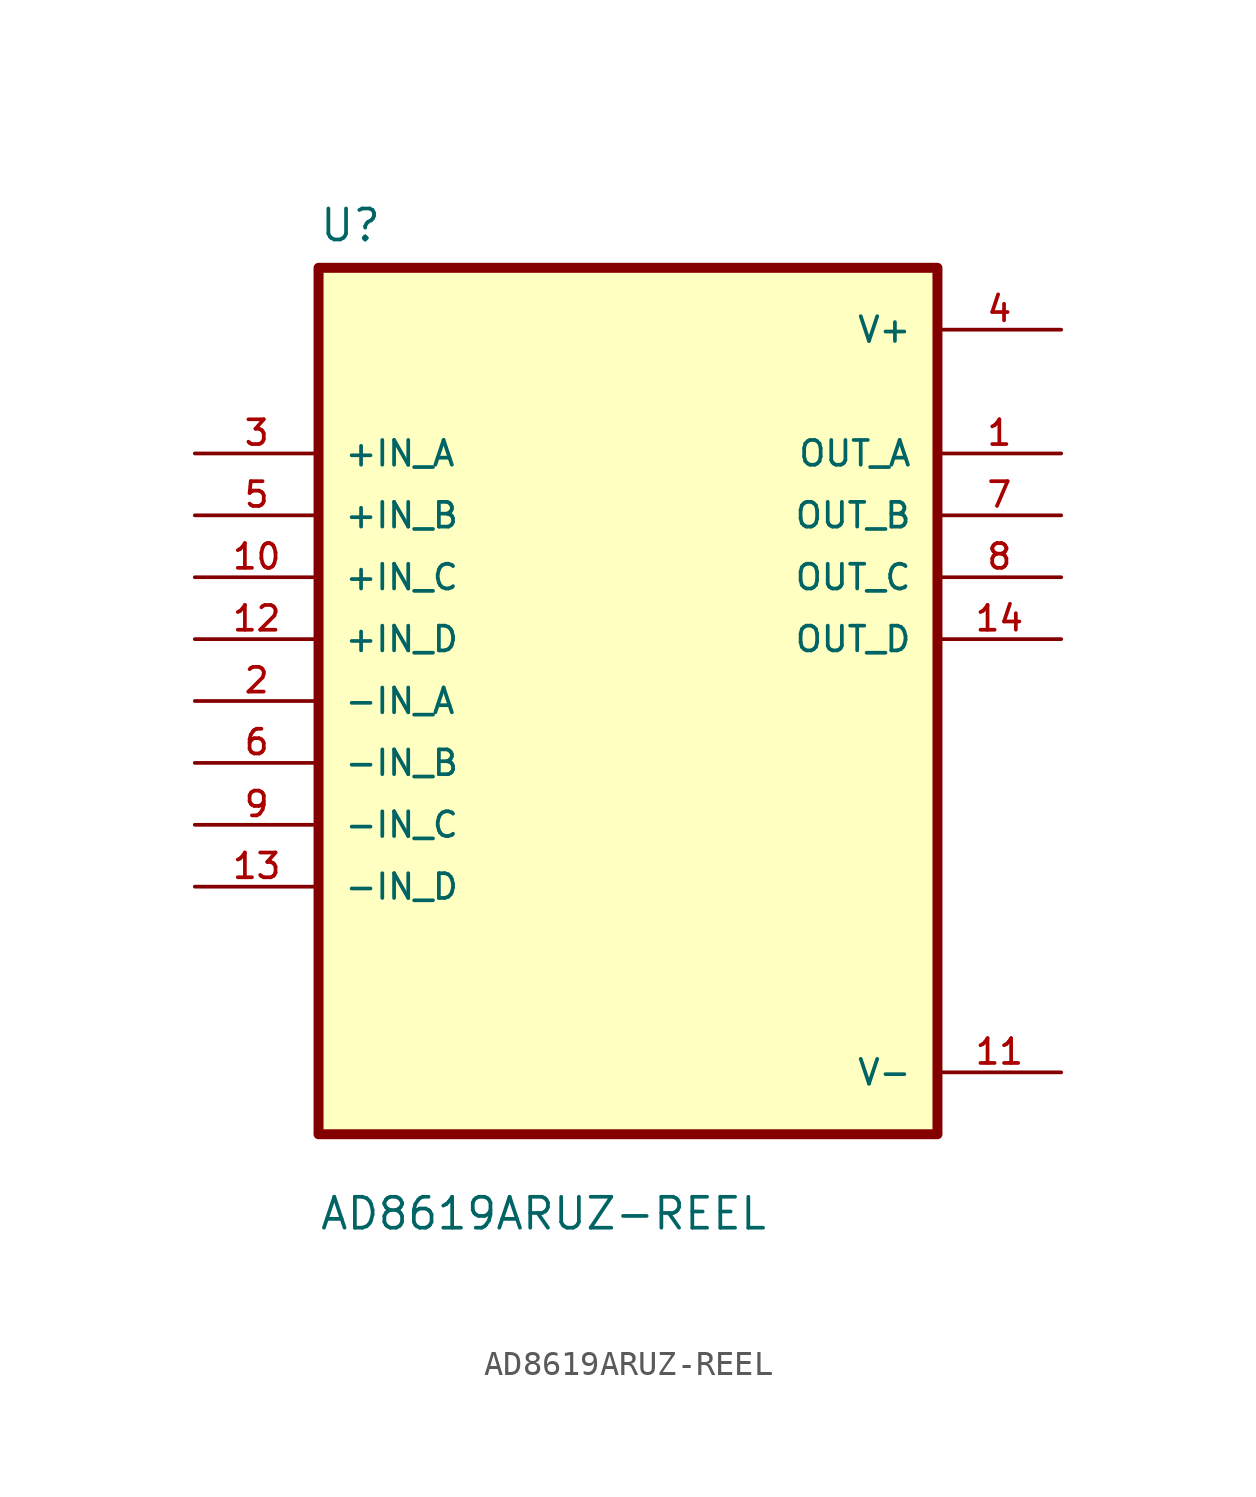
<source format=kicad_sym>
(kicad_symbol_lib
  (version 20211014)
  (generator kicad_symbol_editor)
  (symbol "AD8619ARUZ-REEL"
    (pin_names
      (offset 1.016))
    (property "Reference" "U"
      (at -12.7 18.78 0.0)
      (effects (font (size 1.27 1.27)) (justify bottom left)))
    (property "Value" "AD8619ARUZ-REEL"
      (at -12.7 -21.78 0.0)
      (effects (font (size 1.27 1.27)) (justify bottom left)))
    (symbol "AD8619ARUZ-REEL_0_0"
      (rectangle (start -12.7 -17.78) (end 12.7 17.78) (stroke (width 0.41)) (fill (type background)))
      (pin input line (at -17.78 10.16 0) (length 5.08) (name "+IN_A" (effects (font (size 1.016 1.016)))) (number "3" (effects (font (size 1.016 1.016)))))
      (pin input line (at -17.78 7.62 0) (length 5.08) (name "+IN_B" (effects (font (size 1.016 1.016)))) (number "5" (effects (font (size 1.016 1.016)))))
      (pin input line (at -17.78 5.08 0) (length 5.08) (name "+IN_C" (effects (font (size 1.016 1.016)))) (number "10" (effects (font (size 1.016 1.016)))))
      (pin input line (at -17.78 2.54 0) (length 5.08) (name "+IN_D" (effects (font (size 1.016 1.016)))) (number "12" (effects (font (size 1.016 1.016)))))
      (pin input line (at -17.78 0.0 0) (length 5.08) (name "-IN_A" (effects (font (size 1.016 1.016)))) (number "2" (effects (font (size 1.016 1.016)))))
      (pin input line (at -17.78 -2.54 0) (length 5.08) (name "-IN_B" (effects (font (size 1.016 1.016)))) (number "6" (effects (font (size 1.016 1.016)))))
      (pin input line (at -17.78 -5.08 0) (length 5.08) (name "-IN_C" (effects (font (size 1.016 1.016)))) (number "9" (effects (font (size 1.016 1.016)))))
      (pin input line (at -17.78 -7.62 0) (length 5.08) (name "-IN_D" (effects (font (size 1.016 1.016)))) (number "13" (effects (font (size 1.016 1.016)))))
      (pin power_in line (at 17.78 15.24 180.0) (length 5.08) (name "V+" (effects (font (size 1.016 1.016)))) (number "4" (effects (font (size 1.016 1.016)))))
      (pin output line (at 17.78 10.16 180.0) (length 5.08) (name "OUT_A" (effects (font (size 1.016 1.016)))) (number "1" (effects (font (size 1.016 1.016)))))
      (pin output line (at 17.78 7.62 180.0) (length 5.08) (name "OUT_B" (effects (font (size 1.016 1.016)))) (number "7" (effects (font (size 1.016 1.016)))))
      (pin output line (at 17.78 5.08 180.0) (length 5.08) (name "OUT_C" (effects (font (size 1.016 1.016)))) (number "8" (effects (font (size 1.016 1.016)))))
      (pin output line (at 17.78 2.54 180.0) (length 5.08) (name "OUT_D" (effects (font (size 1.016 1.016)))) (number "14" (effects (font (size 1.016 1.016)))))
      (pin power_in line (at 17.78 -15.24 180.0) (length 5.08) (name "V-" (effects (font (size 1.016 1.016)))) (number "11" (effects (font (size 1.016 1.016))))))))
</source>
